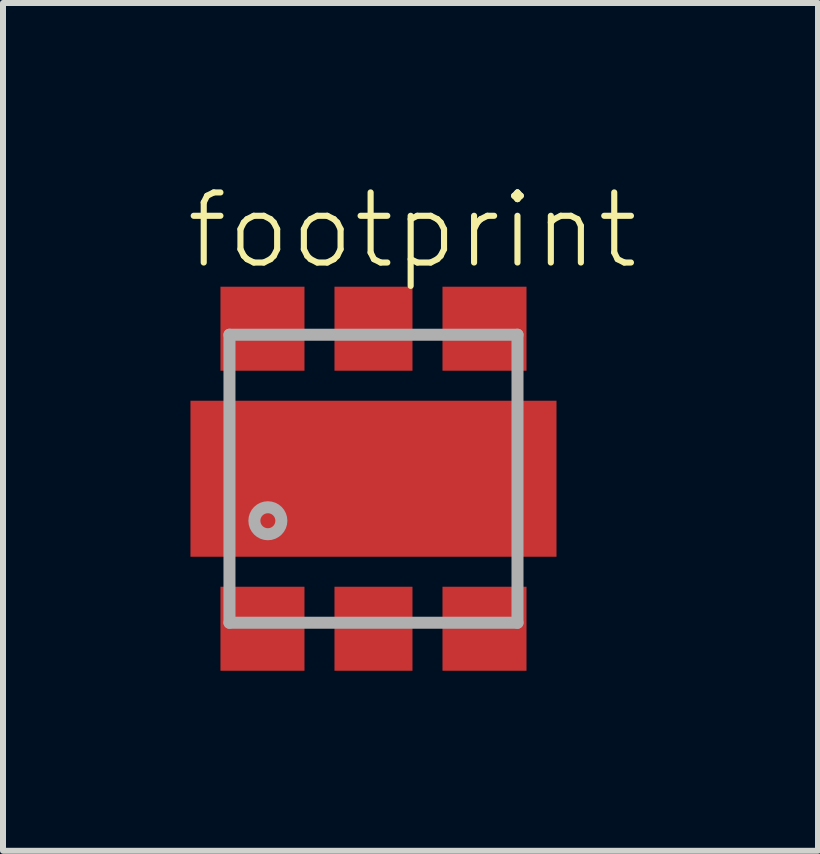
<source format=kicad_pcb>
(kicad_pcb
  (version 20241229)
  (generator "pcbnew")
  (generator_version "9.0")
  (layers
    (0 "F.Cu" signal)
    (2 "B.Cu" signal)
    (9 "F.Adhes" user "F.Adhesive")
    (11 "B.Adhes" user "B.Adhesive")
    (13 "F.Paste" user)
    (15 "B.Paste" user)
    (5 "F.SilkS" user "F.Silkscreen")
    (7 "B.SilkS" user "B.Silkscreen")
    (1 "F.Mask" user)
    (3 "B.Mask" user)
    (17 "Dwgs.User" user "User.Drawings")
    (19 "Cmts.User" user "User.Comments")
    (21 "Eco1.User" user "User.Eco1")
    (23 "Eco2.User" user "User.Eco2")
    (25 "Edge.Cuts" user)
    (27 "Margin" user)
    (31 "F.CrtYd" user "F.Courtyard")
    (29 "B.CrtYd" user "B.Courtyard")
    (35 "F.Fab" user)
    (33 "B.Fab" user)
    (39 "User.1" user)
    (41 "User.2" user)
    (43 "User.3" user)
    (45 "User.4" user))
  (footprint "footprint"
    (layer "F.Cu")
    (at 3.174 4.928)
    (property "Reference" "footprint" (at -3.174 -3.455 0) (layer "F.SilkS") (effects (font (size 1.168 1.168) (thickness 0.102)) (justify left bottom)))
    (fp_line (start -2.4 -2.4) (end -2.4 2.4) (stroke (width 0.2) (type solid)) (layer "F.Fab"))
    (fp_line (start -2.4 2.4) (end 2.4 2.4) (stroke (width 0.2) (type solid)) (layer "F.Fab"))
    (fp_line (start 2.4 -2.4) (end -2.4 -2.4) (stroke (width 0.2) (type solid)) (layer "F.Fab"))
    (fp_line (start 2.4 2.4) (end 2.4 -2.4) (stroke (width 0.2) (type solid)) (layer "F.Fab"))
    (fp_circle (center -1.76 0.7) (end -1.535 0.7) (stroke (width 0.2) (type solid)) (fill no) (layer "F.Fab"))
    (pad "1" smd rect (at -1.85 2.5) (size 1.4 1.4) (layers "F.Cu" "F.Mask" "F.Paste"))
    (pad "2" smd rect (at 0 2.5) (size 1.3 1.4) (layers "F.Cu" "F.Mask" "F.Paste"))
    (pad "3" smd rect (at 1.85 2.5) (size 1.4 1.4) (layers "F.Cu" "F.Mask" "F.Paste"))
    (pad "4" smd rect (at -1.85 -2.5 180) (size 1.4 1.4) (layers "F.Cu" "F.Mask" "F.Paste"))
    (pad "5" smd rect (at 0 -2.5 180) (size 1.3 1.4) (layers "F.Cu" "F.Mask" "F.Paste"))
    (pad "6" smd rect (at 1.85 -2.5 180) (size 1.4 1.4) (layers "F.Cu" "F.Mask" "F.Paste"))
    (pad "HT" smd rect (at 0 0) (size 6.1 2.6) (layers "F.Cu" "F.Mask" "F.Paste")))
  (gr_rect
    (start -3 -3)
    (end 10.582 11.128)
    (stroke (width 0.1) (type default))
    (fill no)
    (layer "Edge.Cuts")))
</source>
